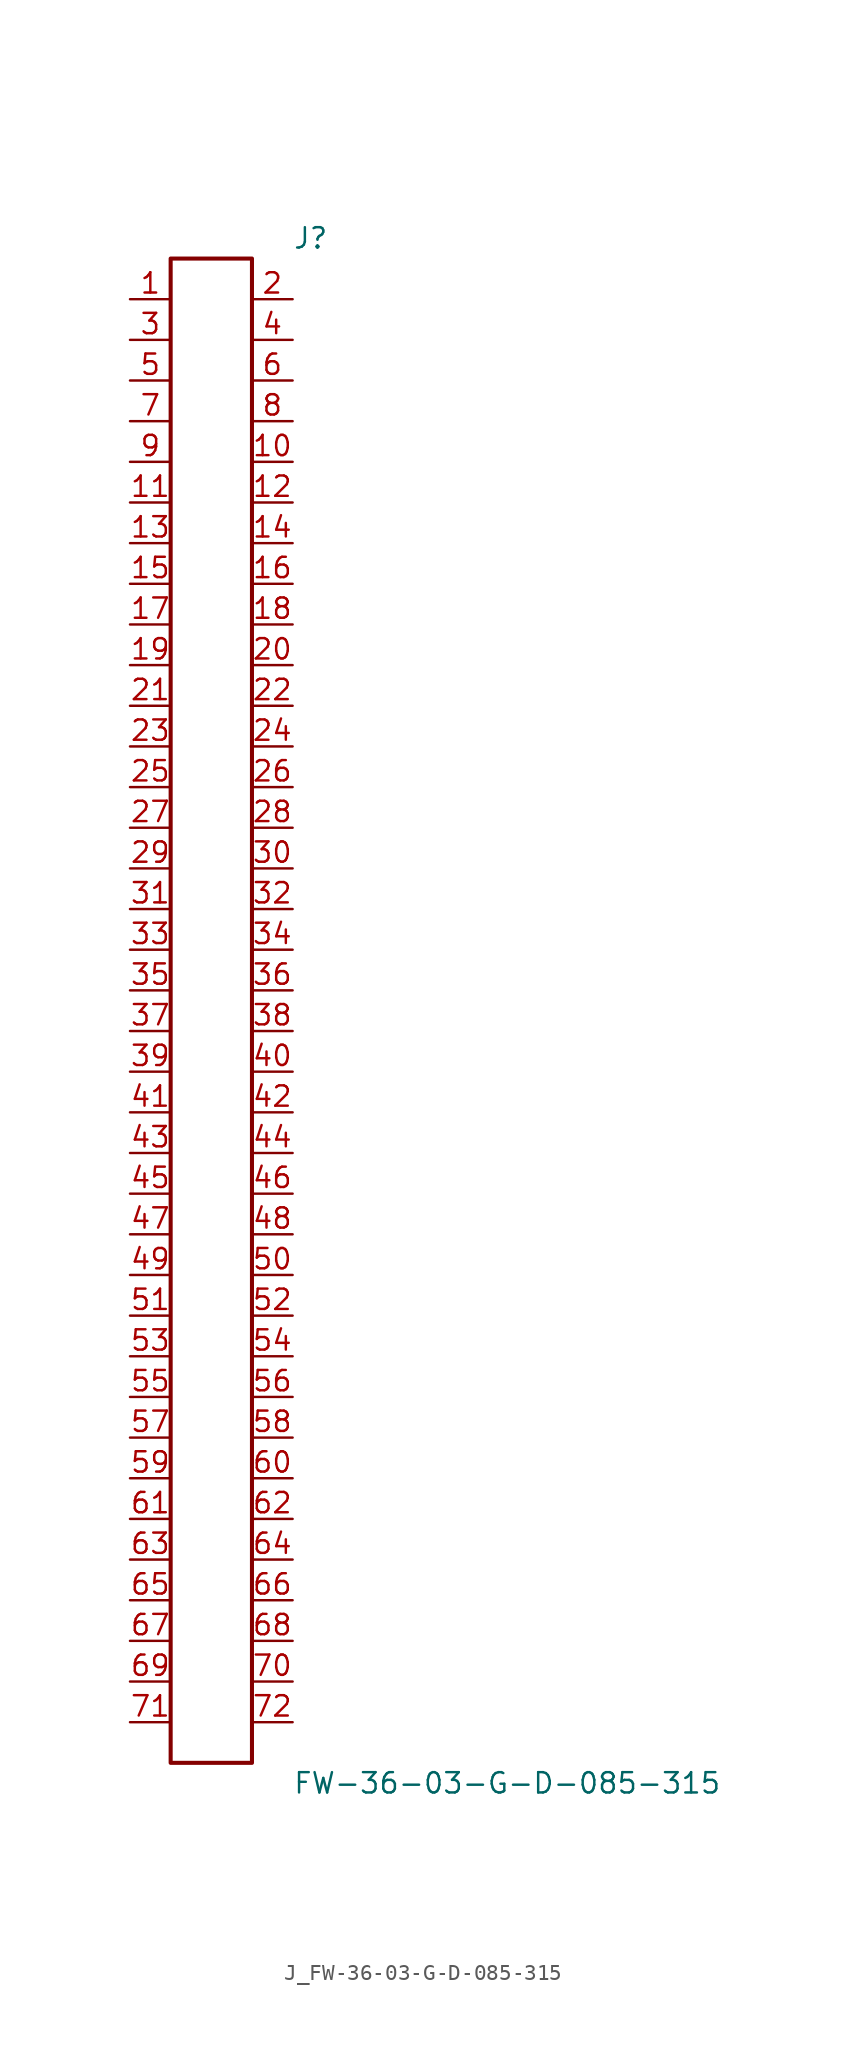
<source format=kicad_sym>
(kicad_symbol_lib
  (version 20231120)
  (generator kicad_symbol_editor)
  (generator_version 8.0)
  (symbol "J_FW-36-03-G-D-085-315"
    (pin_names
      (offset 0.254))
    (property "Reference" "J"
      (at 5.08 48.26 0)
      (effects (font (size 1.27 1.27)) (justify left)))
    (property "Value" "FW-36-03-G-D-085-315"
      (at 5.08 -48.26 0)
      (effects (font (size 1.27 1.27)) (justify left)))
    (symbol "J_FW-36-03-G-D-085-315_0_0"
      (pin unspecified line (at -5.08 44.45 0) (length 2.54) (name "" (effects (font (size 1.27 1.27)))) (number "1" (effects (font (size 1.27 1.27)))))
      (pin unspecified line (at 5.08 44.45 180) (length 2.54) (name "" (effects (font (size 1.27 1.27)))) (number "2" (effects (font (size 1.27 1.27)))))
      (pin unspecified line (at -5.08 41.91 0) (length 2.54) (name "" (effects (font (size 1.27 1.27)))) (number "3" (effects (font (size 1.27 1.27)))))
      (pin unspecified line (at 5.08 41.91 180) (length 2.54) (name "" (effects (font (size 1.27 1.27)))) (number "4" (effects (font (size 1.27 1.27)))))
      (pin unspecified line (at -5.08 39.37 0) (length 2.54) (name "" (effects (font (size 1.27 1.27)))) (number "5" (effects (font (size 1.27 1.27)))))
      (pin unspecified line (at 5.08 39.37 180) (length 2.54) (name "" (effects (font (size 1.27 1.27)))) (number "6" (effects (font (size 1.27 1.27)))))
      (pin unspecified line (at -5.08 36.83 0) (length 2.54) (name "" (effects (font (size 1.27 1.27)))) (number "7" (effects (font (size 1.27 1.27)))))
      (pin unspecified line (at 5.08 36.83 180) (length 2.54) (name "" (effects (font (size 1.27 1.27)))) (number "8" (effects (font (size 1.27 1.27)))))
      (pin unspecified line (at -5.08 34.29 0) (length 2.54) (name "" (effects (font (size 1.27 1.27)))) (number "9" (effects (font (size 1.27 1.27)))))
      (pin unspecified line (at 5.08 34.29 180) (length 2.54) (name "" (effects (font (size 1.27 1.27)))) (number "10" (effects (font (size 1.27 1.27)))))
      (pin unspecified line (at -5.08 31.75 0) (length 2.54) (name "" (effects (font (size 1.27 1.27)))) (number "11" (effects (font (size 1.27 1.27)))))
      (pin unspecified line (at 5.08 31.75 180) (length 2.54) (name "" (effects (font (size 1.27 1.27)))) (number "12" (effects (font (size 1.27 1.27)))))
      (pin unspecified line (at -5.08 29.21 0) (length 2.54) (name "" (effects (font (size 1.27 1.27)))) (number "13" (effects (font (size 1.27 1.27)))))
      (pin unspecified line (at 5.08 29.21 180) (length 2.54) (name "" (effects (font (size 1.27 1.27)))) (number "14" (effects (font (size 1.27 1.27)))))
      (pin unspecified line (at -5.08 26.67 0) (length 2.54) (name "" (effects (font (size 1.27 1.27)))) (number "15" (effects (font (size 1.27 1.27)))))
      (pin unspecified line (at 5.08 26.67 180) (length 2.54) (name "" (effects (font (size 1.27 1.27)))) (number "16" (effects (font (size 1.27 1.27)))))
      (pin unspecified line (at -5.08 24.13 0) (length 2.54) (name "" (effects (font (size 1.27 1.27)))) (number "17" (effects (font (size 1.27 1.27)))))
      (pin unspecified line (at 5.08 24.13 180) (length 2.54) (name "" (effects (font (size 1.27 1.27)))) (number "18" (effects (font (size 1.27 1.27)))))
      (pin unspecified line (at -5.08 21.59 0) (length 2.54) (name "" (effects (font (size 1.27 1.27)))) (number "19" (effects (font (size 1.27 1.27)))))
      (pin unspecified line (at 5.08 21.59 180) (length 2.54) (name "" (effects (font (size 1.27 1.27)))) (number "20" (effects (font (size 1.27 1.27)))))
      (pin unspecified line (at -5.08 19.05 0) (length 2.54) (name "" (effects (font (size 1.27 1.27)))) (number "21" (effects (font (size 1.27 1.27)))))
      (pin unspecified line (at 5.08 19.05 180) (length 2.54) (name "" (effects (font (size 1.27 1.27)))) (number "22" (effects (font (size 1.27 1.27)))))
      (pin unspecified line (at -5.08 16.51 0) (length 2.54) (name "" (effects (font (size 1.27 1.27)))) (number "23" (effects (font (size 1.27 1.27)))))
      (pin unspecified line (at 5.08 16.51 180) (length 2.54) (name "" (effects (font (size 1.27 1.27)))) (number "24" (effects (font (size 1.27 1.27)))))
      (pin unspecified line (at -5.08 13.97 0) (length 2.54) (name "" (effects (font (size 1.27 1.27)))) (number "25" (effects (font (size 1.27 1.27)))))
      (pin unspecified line (at 5.08 13.97 180) (length 2.54) (name "" (effects (font (size 1.27 1.27)))) (number "26" (effects (font (size 1.27 1.27)))))
      (pin unspecified line (at -5.08 11.43 0) (length 2.54) (name "" (effects (font (size 1.27 1.27)))) (number "27" (effects (font (size 1.27 1.27)))))
      (pin unspecified line (at 5.08 11.43 180) (length 2.54) (name "" (effects (font (size 1.27 1.27)))) (number "28" (effects (font (size 1.27 1.27)))))
      (pin unspecified line (at -5.08 8.89 0) (length 2.54) (name "" (effects (font (size 1.27 1.27)))) (number "29" (effects (font (size 1.27 1.27)))))
      (pin unspecified line (at 5.08 8.89 180) (length 2.54) (name "" (effects (font (size 1.27 1.27)))) (number "30" (effects (font (size 1.27 1.27)))))
      (pin unspecified line (at -5.08 6.35 0) (length 2.54) (name "" (effects (font (size 1.27 1.27)))) (number "31" (effects (font (size 1.27 1.27)))))
      (pin unspecified line (at 5.08 6.35 180) (length 2.54) (name "" (effects (font (size 1.27 1.27)))) (number "32" (effects (font (size 1.27 1.27)))))
      (pin unspecified line (at -5.08 3.81 0) (length 2.54) (name "" (effects (font (size 1.27 1.27)))) (number "33" (effects (font (size 1.27 1.27)))))
      (pin unspecified line (at 5.08 3.81 180) (length 2.54) (name "" (effects (font (size 1.27 1.27)))) (number "34" (effects (font (size 1.27 1.27)))))
      (pin unspecified line (at -5.08 1.27 0) (length 2.54) (name "" (effects (font (size 1.27 1.27)))) (number "35" (effects (font (size 1.27 1.27)))))
      (pin unspecified line (at 5.08 1.27 180) (length 2.54) (name "" (effects (font (size 1.27 1.27)))) (number "36" (effects (font (size 1.27 1.27)))))
      (pin unspecified line (at -5.08 -1.27 0) (length 2.54) (name "" (effects (font (size 1.27 1.27)))) (number "37" (effects (font (size 1.27 1.27)))))
      (pin unspecified line (at 5.08 -1.27 180) (length 2.54) (name "" (effects (font (size 1.27 1.27)))) (number "38" (effects (font (size 1.27 1.27)))))
      (pin unspecified line (at -5.08 -3.81 0) (length 2.54) (name "" (effects (font (size 1.27 1.27)))) (number "39" (effects (font (size 1.27 1.27)))))
      (pin unspecified line (at 5.08 -3.81 180) (length 2.54) (name "" (effects (font (size 1.27 1.27)))) (number "40" (effects (font (size 1.27 1.27)))))
      (pin unspecified line (at -5.08 -6.35 0) (length 2.54) (name "" (effects (font (size 1.27 1.27)))) (number "41" (effects (font (size 1.27 1.27)))))
      (pin unspecified line (at 5.08 -6.35 180) (length 2.54) (name "" (effects (font (size 1.27 1.27)))) (number "42" (effects (font (size 1.27 1.27)))))
      (pin unspecified line (at -5.08 -8.89 0) (length 2.54) (name "" (effects (font (size 1.27 1.27)))) (number "43" (effects (font (size 1.27 1.27)))))
      (pin unspecified line (at 5.08 -8.89 180) (length 2.54) (name "" (effects (font (size 1.27 1.27)))) (number "44" (effects (font (size 1.27 1.27)))))
      (pin unspecified line (at -5.08 -11.43 0) (length 2.54) (name "" (effects (font (size 1.27 1.27)))) (number "45" (effects (font (size 1.27 1.27)))))
      (pin unspecified line (at 5.08 -11.43 180) (length 2.54) (name "" (effects (font (size 1.27 1.27)))) (number "46" (effects (font (size 1.27 1.27)))))
      (pin unspecified line (at -5.08 -13.97 0) (length 2.54) (name "" (effects (font (size 1.27 1.27)))) (number "47" (effects (font (size 1.27 1.27)))))
      (pin unspecified line (at 5.08 -13.97 180) (length 2.54) (name "" (effects (font (size 1.27 1.27)))) (number "48" (effects (font (size 1.27 1.27)))))
      (pin unspecified line (at -5.08 -16.51 0) (length 2.54) (name "" (effects (font (size 1.27 1.27)))) (number "49" (effects (font (size 1.27 1.27)))))
      (pin unspecified line (at 5.08 -16.51 180) (length 2.54) (name "" (effects (font (size 1.27 1.27)))) (number "50" (effects (font (size 1.27 1.27)))))
      (pin unspecified line (at -5.08 -19.05 0) (length 2.54) (name "" (effects (font (size 1.27 1.27)))) (number "51" (effects (font (size 1.27 1.27)))))
      (pin unspecified line (at 5.08 -19.05 180) (length 2.54) (name "" (effects (font (size 1.27 1.27)))) (number "52" (effects (font (size 1.27 1.27)))))
      (pin unspecified line (at -5.08 -21.59 0) (length 2.54) (name "" (effects (font (size 1.27 1.27)))) (number "53" (effects (font (size 1.27 1.27)))))
      (pin unspecified line (at 5.08 -21.59 180) (length 2.54) (name "" (effects (font (size 1.27 1.27)))) (number "54" (effects (font (size 1.27 1.27)))))
      (pin unspecified line (at -5.08 -24.13 0) (length 2.54) (name "" (effects (font (size 1.27 1.27)))) (number "55" (effects (font (size 1.27 1.27)))))
      (pin unspecified line (at 5.08 -24.13 180) (length 2.54) (name "" (effects (font (size 1.27 1.27)))) (number "56" (effects (font (size 1.27 1.27)))))
      (pin unspecified line (at -5.08 -26.67 0) (length 2.54) (name "" (effects (font (size 1.27 1.27)))) (number "57" (effects (font (size 1.27 1.27)))))
      (pin unspecified line (at 5.08 -26.67 180) (length 2.54) (name "" (effects (font (size 1.27 1.27)))) (number "58" (effects (font (size 1.27 1.27)))))
      (pin unspecified line (at -5.08 -29.21 0) (length 2.54) (name "" (effects (font (size 1.27 1.27)))) (number "59" (effects (font (size 1.27 1.27)))))
      (pin unspecified line (at 5.08 -29.21 180) (length 2.54) (name "" (effects (font (size 1.27 1.27)))) (number "60" (effects (font (size 1.27 1.27)))))
      (pin unspecified line (at -5.08 -31.75 0) (length 2.54) (name "" (effects (font (size 1.27 1.27)))) (number "61" (effects (font (size 1.27 1.27)))))
      (pin unspecified line (at 5.08 -31.75 180) (length 2.54) (name "" (effects (font (size 1.27 1.27)))) (number "62" (effects (font (size 1.27 1.27)))))
      (pin unspecified line (at -5.08 -34.29 0) (length 2.54) (name "" (effects (font (size 1.27 1.27)))) (number "63" (effects (font (size 1.27 1.27)))))
      (pin unspecified line (at 5.08 -34.29 180) (length 2.54) (name "" (effects (font (size 1.27 1.27)))) (number "64" (effects (font (size 1.27 1.27)))))
      (pin unspecified line (at -5.08 -36.83 0) (length 2.54) (name "" (effects (font (size 1.27 1.27)))) (number "65" (effects (font (size 1.27 1.27)))))
      (pin unspecified line (at 5.08 -36.83 180) (length 2.54) (name "" (effects (font (size 1.27 1.27)))) (number "66" (effects (font (size 1.27 1.27)))))
      (pin unspecified line (at -5.08 -39.37 0) (length 2.54) (name "" (effects (font (size 1.27 1.27)))) (number "67" (effects (font (size 1.27 1.27)))))
      (pin unspecified line (at 5.08 -39.37 180) (length 2.54) (name "" (effects (font (size 1.27 1.27)))) (number "68" (effects (font (size 1.27 1.27)))))
      (pin unspecified line (at -5.08 -41.91 0) (length 2.54) (name "" (effects (font (size 1.27 1.27)))) (number "69" (effects (font (size 1.27 1.27)))))
      (pin unspecified line (at 5.08 -41.91 180) (length 2.54) (name "" (effects (font (size 1.27 1.27)))) (number "70" (effects (font (size 1.27 1.27)))))
      (pin unspecified line (at -5.08 -44.45 0) (length 2.54) (name "" (effects (font (size 1.27 1.27)))) (number "71" (effects (font (size 1.27 1.27)))))
      (pin unspecified line (at 5.08 -44.45 180) (length 2.54) (name "" (effects (font (size 1.27 1.27)))) (number "72" (effects (font (size 1.27 1.27))))))
    (symbol "J_FW-36-03-G-D-085-315_1_0"
      (rectangle (start -2.54 46.99) (end 2.54 -46.99) (stroke (width 0.254) (type solid)) (fill (type none))))))
</source>
